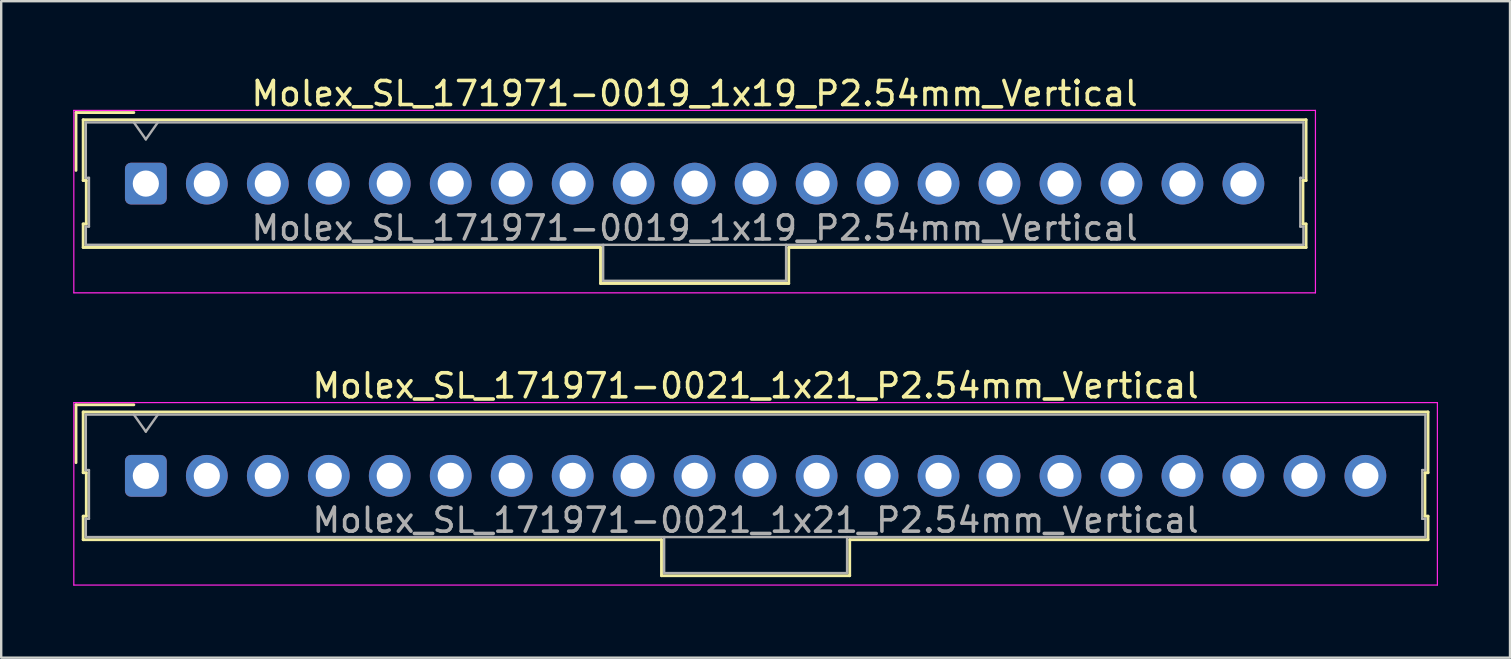
<source format=kicad_pcb>
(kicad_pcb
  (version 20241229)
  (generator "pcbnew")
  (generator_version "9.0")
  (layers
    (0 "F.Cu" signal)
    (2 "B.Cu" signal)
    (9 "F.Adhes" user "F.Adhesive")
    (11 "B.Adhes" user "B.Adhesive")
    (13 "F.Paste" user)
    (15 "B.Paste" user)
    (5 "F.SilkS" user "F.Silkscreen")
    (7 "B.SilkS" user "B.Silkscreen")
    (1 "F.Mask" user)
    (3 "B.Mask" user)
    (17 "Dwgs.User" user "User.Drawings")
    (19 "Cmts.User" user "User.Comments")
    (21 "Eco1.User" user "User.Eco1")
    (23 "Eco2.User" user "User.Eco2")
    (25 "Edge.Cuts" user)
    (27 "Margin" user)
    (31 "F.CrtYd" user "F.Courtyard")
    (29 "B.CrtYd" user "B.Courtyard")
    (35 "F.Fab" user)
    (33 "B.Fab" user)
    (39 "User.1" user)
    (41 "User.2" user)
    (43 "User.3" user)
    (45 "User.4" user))
  (footprint "Molex_SL_171971-0021_1x21_P2.54mm_Vertical"
    (layer "F.Cu")
    (at 3.025 16.771)
    (property "Reference" "Molex_SL_171971-0021_1x21_P2.54mm_Vertical" (at 25.4 -3.75 0) (layer "F.SilkS") (effects (font (size 1 1) (thickness 0.15))))
    (attr through_hole)
    (fp_line (start -2.91 -2.96) (end -0.5 -2.96) (stroke (width 0.12) (type solid)) (layer "F.SilkS"))
    (fp_line (start -2.91 -0.55) (end -2.91 -2.96) (stroke (width 0.12) (type solid)) (layer "F.SilkS"))
    (fp_line (start -2.61 -2.66) (end -2.61 -0.13) (stroke (width 0.12) (type solid)) (layer "F.SilkS"))
    (fp_line (start -2.61 -0.13) (end -2.48 -0.13) (stroke (width 0.12) (type solid)) (layer "F.SilkS"))
    (fp_line (start -2.61 1.68) (end -2.61 2.66) (stroke (width 0.12) (type solid)) (layer "F.SilkS"))
    (fp_line (start -2.61 2.66) (end 21.48 2.66) (stroke (width 0.12) (type solid)) (layer "F.SilkS"))
    (fp_line (start -2.48 -0.13) (end -2.48 1.68) (stroke (width 0.12) (type solid)) (layer "F.SilkS"))
    (fp_line (start -2.48 1.68) (end -2.61 1.68) (stroke (width 0.12) (type solid)) (layer "F.SilkS"))
    (fp_line (start 21.48 2.66) (end 21.48 4.16) (stroke (width 0.12) (type solid)) (layer "F.SilkS"))
    (fp_line (start 21.48 4.16) (end 29.32 4.16) (stroke (width 0.12) (type solid)) (layer "F.SilkS"))
    (fp_line (start 29.32 2.66) (end 53.41 2.66) (stroke (width 0.12) (type solid)) (layer "F.SilkS"))
    (fp_line (start 29.32 4.16) (end 29.32 2.66) (stroke (width 0.12) (type solid)) (layer "F.SilkS"))
    (fp_line (start 53.28 -0.13) (end 53.41 -0.13) (stroke (width 0.12) (type solid)) (layer "F.SilkS"))
    (fp_line (start 53.28 1.68) (end 53.28 -0.13) (stroke (width 0.12) (type solid)) (layer "F.SilkS"))
    (fp_line (start 53.41 -2.66) (end -2.61 -2.66) (stroke (width 0.12) (type solid)) (layer "F.SilkS"))
    (fp_line (start 53.41 -0.13) (end 53.41 -2.66) (stroke (width 0.12) (type solid)) (layer "F.SilkS"))
    (fp_line (start 53.41 1.68) (end 53.28 1.68) (stroke (width 0.12) (type solid)) (layer "F.SilkS"))
    (fp_line (start 53.41 2.66) (end 53.41 1.68) (stroke (width 0.12) (type solid)) (layer "F.SilkS"))
    (fp_line (start -3 -3.05) (end -3 4.55) (stroke (width 0.05) (type solid)) (layer "F.CrtYd"))
    (fp_line (start -3 4.55) (end 53.8 4.55) (stroke (width 0.05) (type solid)) (layer "F.CrtYd"))
    (fp_line (start 53.8 -3.05) (end -3 -3.05) (stroke (width 0.05) (type solid)) (layer "F.CrtYd"))
    (fp_line (start 53.8 4.55) (end 53.8 -3.05) (stroke (width 0.05) (type solid)) (layer "F.CrtYd"))
    (fp_line (start -2.5 -2.55) (end -2.5 -0.24) (stroke (width 0.1) (type solid)) (layer "F.Fab"))
    (fp_line (start -2.5 -0.24) (end -2.37 -0.24) (stroke (width 0.1) (type solid)) (layer "F.Fab"))
    (fp_line (start -2.5 1.79) (end -2.5 2.55) (stroke (width 0.1) (type solid)) (layer "F.Fab"))
    (fp_line (start -2.5 2.55) (end 53.3 2.55) (stroke (width 0.1) (type solid)) (layer "F.Fab"))
    (fp_line (start -2.37 -0.24) (end -2.37 1.79) (stroke (width 0.1) (type solid)) (layer "F.Fab"))
    (fp_line (start -2.37 1.79) (end -2.5 1.79) (stroke (width 0.1) (type solid)) (layer "F.Fab"))
    (fp_line (start 0 -1.843) (end -0.5 -2.55) (stroke (width 0.1) (type solid)) (layer "F.Fab"))
    (fp_line (start 0.5 -2.55) (end 0 -1.843) (stroke (width 0.1) (type solid)) (layer "F.Fab"))
    (fp_line (start 21.59 2.55) (end 21.59 4.05) (stroke (width 0.1) (type solid)) (layer "F.Fab"))
    (fp_line (start 21.59 4.05) (end 29.21 4.05) (stroke (width 0.1) (type solid)) (layer "F.Fab"))
    (fp_line (start 29.21 4.05) (end 29.21 2.55) (stroke (width 0.1) (type solid)) (layer "F.Fab"))
    (fp_line (start 53.17 -0.24) (end 53.3 -0.24) (stroke (width 0.1) (type solid)) (layer "F.Fab"))
    (fp_line (start 53.17 1.79) (end 53.17 -0.24) (stroke (width 0.1) (type solid)) (layer "F.Fab"))
    (fp_line (start 53.3 -2.55) (end -2.5 -2.55) (stroke (width 0.1) (type solid)) (layer "F.Fab"))
    (fp_line (start 53.3 -0.24) (end 53.3 -2.55) (stroke (width 0.1) (type solid)) (layer "F.Fab"))
    (fp_line (start 53.3 1.79) (end 53.17 1.79) (stroke (width 0.1) (type solid)) (layer "F.Fab"))
    (fp_line (start 53.3 2.55) (end 53.3 1.79) (stroke (width 0.1) (type solid)) (layer "F.Fab"))
    (fp_text user "${REFERENCE}" (at 25.4 1.85 0) (layer "F.Fab") (effects (font (size 1 1) (thickness 0.15))))
    (pad "1" thru_hole roundrect (at 0 0) (size 1.74 1.74) (drill 1.09) (layers "*.Cu" "*.Mask") (roundrect_rratio 0.144))
    (pad "2" thru_hole circle (at 2.54 0) (size 1.74 1.74) (drill 1.09) (layers "*.Cu" "*.Mask"))
    (pad "3" thru_hole circle (at 5.08 0) (size 1.74 1.74) (drill 1.09) (layers "*.Cu" "*.Mask"))
    (pad "4" thru_hole circle (at 7.62 0) (size 1.74 1.74) (drill 1.09) (layers "*.Cu" "*.Mask"))
    (pad "5" thru_hole circle (at 10.16 0) (size 1.74 1.74) (drill 1.09) (layers "*.Cu" "*.Mask"))
    (pad "6" thru_hole circle (at 12.7 0) (size 1.74 1.74) (drill 1.09) (layers "*.Cu" "*.Mask"))
    (pad "7" thru_hole circle (at 15.24 0) (size 1.74 1.74) (drill 1.09) (layers "*.Cu" "*.Mask"))
    (pad "8" thru_hole circle (at 17.78 0) (size 1.74 1.74) (drill 1.09) (layers "*.Cu" "*.Mask"))
    (pad "9" thru_hole circle (at 20.32 0) (size 1.74 1.74) (drill 1.09) (layers "*.Cu" "*.Mask"))
    (pad "10" thru_hole circle (at 22.86 0) (size 1.74 1.74) (drill 1.09) (layers "*.Cu" "*.Mask"))
    (pad "11" thru_hole circle (at 25.4 0) (size 1.74 1.74) (drill 1.09) (layers "*.Cu" "*.Mask"))
    (pad "12" thru_hole circle (at 27.94 0) (size 1.74 1.74) (drill 1.09) (layers "*.Cu" "*.Mask"))
    (pad "13" thru_hole circle (at 30.48 0) (size 1.74 1.74) (drill 1.09) (layers "*.Cu" "*.Mask"))
    (pad "14" thru_hole circle (at 33.02 0) (size 1.74 1.74) (drill 1.09) (layers "*.Cu" "*.Mask"))
    (pad "15" thru_hole circle (at 35.56 0) (size 1.74 1.74) (drill 1.09) (layers "*.Cu" "*.Mask"))
    (pad "16" thru_hole circle (at 38.1 0) (size 1.74 1.74) (drill 1.09) (layers "*.Cu" "*.Mask"))
    (pad "17" thru_hole circle (at 40.64 0) (size 1.74 1.74) (drill 1.09) (layers "*.Cu" "*.Mask"))
    (pad "18" thru_hole circle (at 43.18 0) (size 1.74 1.74) (drill 1.09) (layers "*.Cu" "*.Mask"))
    (pad "19" thru_hole circle (at 45.72 0) (size 1.74 1.74) (drill 1.09) (layers "*.Cu" "*.Mask"))
    (pad "20" thru_hole circle (at 48.26 0) (size 1.74 1.74) (drill 1.09) (layers "*.Cu" "*.Mask"))
    (pad "21" thru_hole circle (at 50.8 0) (size 1.74 1.74) (drill 1.09) (layers "*.Cu" "*.Mask")))
  (footprint "Molex_SL_171971-0019_1x19_P2.54mm_Vertical"
    (layer "F.Cu")
    (at 3.025 4.598)
    (property "Reference" "Molex_SL_171971-0019_1x19_P2.54mm_Vertical" (at 22.86 -3.75 0) (layer "F.SilkS") (effects (font (size 1 1) (thickness 0.15))))
    (attr through_hole)
    (fp_line (start -2.91 -2.96) (end -0.5 -2.96) (stroke (width 0.12) (type solid)) (layer "F.SilkS"))
    (fp_line (start -2.91 -0.55) (end -2.91 -2.96) (stroke (width 0.12) (type solid)) (layer "F.SilkS"))
    (fp_line (start -2.61 -2.66) (end -2.61 -0.13) (stroke (width 0.12) (type solid)) (layer "F.SilkS"))
    (fp_line (start -2.61 -0.13) (end -2.48 -0.13) (stroke (width 0.12) (type solid)) (layer "F.SilkS"))
    (fp_line (start -2.61 1.68) (end -2.61 2.66) (stroke (width 0.12) (type solid)) (layer "F.SilkS"))
    (fp_line (start -2.61 2.66) (end 18.94 2.66) (stroke (width 0.12) (type solid)) (layer "F.SilkS"))
    (fp_line (start -2.48 -0.13) (end -2.48 1.68) (stroke (width 0.12) (type solid)) (layer "F.SilkS"))
    (fp_line (start -2.48 1.68) (end -2.61 1.68) (stroke (width 0.12) (type solid)) (layer "F.SilkS"))
    (fp_line (start 18.94 2.66) (end 18.94 4.16) (stroke (width 0.12) (type solid)) (layer "F.SilkS"))
    (fp_line (start 18.94 4.16) (end 26.78 4.16) (stroke (width 0.12) (type solid)) (layer "F.SilkS"))
    (fp_line (start 26.78 2.66) (end 48.33 2.66) (stroke (width 0.12) (type solid)) (layer "F.SilkS"))
    (fp_line (start 26.78 4.16) (end 26.78 2.66) (stroke (width 0.12) (type solid)) (layer "F.SilkS"))
    (fp_line (start 48.2 -0.13) (end 48.33 -0.13) (stroke (width 0.12) (type solid)) (layer "F.SilkS"))
    (fp_line (start 48.2 1.68) (end 48.2 -0.13) (stroke (width 0.12) (type solid)) (layer "F.SilkS"))
    (fp_line (start 48.33 -2.66) (end -2.61 -2.66) (stroke (width 0.12) (type solid)) (layer "F.SilkS"))
    (fp_line (start 48.33 -0.13) (end 48.33 -2.66) (stroke (width 0.12) (type solid)) (layer "F.SilkS"))
    (fp_line (start 48.33 1.68) (end 48.2 1.68) (stroke (width 0.12) (type solid)) (layer "F.SilkS"))
    (fp_line (start 48.33 2.66) (end 48.33 1.68) (stroke (width 0.12) (type solid)) (layer "F.SilkS"))
    (fp_line (start -3 -3.05) (end -3 4.55) (stroke (width 0.05) (type solid)) (layer "F.CrtYd"))
    (fp_line (start -3 4.55) (end 48.72 4.55) (stroke (width 0.05) (type solid)) (layer "F.CrtYd"))
    (fp_line (start 48.72 -3.05) (end -3 -3.05) (stroke (width 0.05) (type solid)) (layer "F.CrtYd"))
    (fp_line (start 48.72 4.55) (end 48.72 -3.05) (stroke (width 0.05) (type solid)) (layer "F.CrtYd"))
    (fp_line (start -2.5 -2.55) (end -2.5 -0.24) (stroke (width 0.1) (type solid)) (layer "F.Fab"))
    (fp_line (start -2.5 -0.24) (end -2.37 -0.24) (stroke (width 0.1) (type solid)) (layer "F.Fab"))
    (fp_line (start -2.5 1.79) (end -2.5 2.55) (stroke (width 0.1) (type solid)) (layer "F.Fab"))
    (fp_line (start -2.5 2.55) (end 48.22 2.55) (stroke (width 0.1) (type solid)) (layer "F.Fab"))
    (fp_line (start -2.37 -0.24) (end -2.37 1.79) (stroke (width 0.1) (type solid)) (layer "F.Fab"))
    (fp_line (start -2.37 1.79) (end -2.5 1.79) (stroke (width 0.1) (type solid)) (layer "F.Fab"))
    (fp_line (start 0 -1.843) (end -0.5 -2.55) (stroke (width 0.1) (type solid)) (layer "F.Fab"))
    (fp_line (start 0.5 -2.55) (end 0 -1.843) (stroke (width 0.1) (type solid)) (layer "F.Fab"))
    (fp_line (start 19.05 2.55) (end 19.05 4.05) (stroke (width 0.1) (type solid)) (layer "F.Fab"))
    (fp_line (start 19.05 4.05) (end 26.67 4.05) (stroke (width 0.1) (type solid)) (layer "F.Fab"))
    (fp_line (start 26.67 4.05) (end 26.67 2.55) (stroke (width 0.1) (type solid)) (layer "F.Fab"))
    (fp_line (start 48.09 -0.24) (end 48.22 -0.24) (stroke (width 0.1) (type solid)) (layer "F.Fab"))
    (fp_line (start 48.09 1.79) (end 48.09 -0.24) (stroke (width 0.1) (type solid)) (layer "F.Fab"))
    (fp_line (start 48.22 -2.55) (end -2.5 -2.55) (stroke (width 0.1) (type solid)) (layer "F.Fab"))
    (fp_line (start 48.22 -0.24) (end 48.22 -2.55) (stroke (width 0.1) (type solid)) (layer "F.Fab"))
    (fp_line (start 48.22 1.79) (end 48.09 1.79) (stroke (width 0.1) (type solid)) (layer "F.Fab"))
    (fp_line (start 48.22 2.55) (end 48.22 1.79) (stroke (width 0.1) (type solid)) (layer "F.Fab"))
    (fp_text user "${REFERENCE}" (at 22.86 1.85 0) (layer "F.Fab") (effects (font (size 1 1) (thickness 0.15))))
    (pad "1" thru_hole roundrect (at 0 0) (size 1.74 1.74) (drill 1.09) (layers "*.Cu" "*.Mask") (roundrect_rratio 0.144))
    (pad "2" thru_hole circle (at 2.54 0) (size 1.74 1.74) (drill 1.09) (layers "*.Cu" "*.Mask"))
    (pad "3" thru_hole circle (at 5.08 0) (size 1.74 1.74) (drill 1.09) (layers "*.Cu" "*.Mask"))
    (pad "4" thru_hole circle (at 7.62 0) (size 1.74 1.74) (drill 1.09) (layers "*.Cu" "*.Mask"))
    (pad "5" thru_hole circle (at 10.16 0) (size 1.74 1.74) (drill 1.09) (layers "*.Cu" "*.Mask"))
    (pad "6" thru_hole circle (at 12.7 0) (size 1.74 1.74) (drill 1.09) (layers "*.Cu" "*.Mask"))
    (pad "7" thru_hole circle (at 15.24 0) (size 1.74 1.74) (drill 1.09) (layers "*.Cu" "*.Mask"))
    (pad "8" thru_hole circle (at 17.78 0) (size 1.74 1.74) (drill 1.09) (layers "*.Cu" "*.Mask"))
    (pad "9" thru_hole circle (at 20.32 0) (size 1.74 1.74) (drill 1.09) (layers "*.Cu" "*.Mask"))
    (pad "10" thru_hole circle (at 22.86 0) (size 1.74 1.74) (drill 1.09) (layers "*.Cu" "*.Mask"))
    (pad "11" thru_hole circle (at 25.4 0) (size 1.74 1.74) (drill 1.09) (layers "*.Cu" "*.Mask"))
    (pad "12" thru_hole circle (at 27.94 0) (size 1.74 1.74) (drill 1.09) (layers "*.Cu" "*.Mask"))
    (pad "13" thru_hole circle (at 30.48 0) (size 1.74 1.74) (drill 1.09) (layers "*.Cu" "*.Mask"))
    (pad "14" thru_hole circle (at 33.02 0) (size 1.74 1.74) (drill 1.09) (layers "*.Cu" "*.Mask"))
    (pad "15" thru_hole circle (at 35.56 0) (size 1.74 1.74) (drill 1.09) (layers "*.Cu" "*.Mask"))
    (pad "16" thru_hole circle (at 38.1 0) (size 1.74 1.74) (drill 1.09) (layers "*.Cu" "*.Mask"))
    (pad "17" thru_hole circle (at 40.64 0) (size 1.74 1.74) (drill 1.09) (layers "*.Cu" "*.Mask"))
    (pad "18" thru_hole circle (at 43.18 0) (size 1.74 1.74) (drill 1.09) (layers "*.Cu" "*.Mask"))
    (pad "19" thru_hole circle (at 45.72 0) (size 1.74 1.74) (drill 1.09) (layers "*.Cu" "*.Mask")))
  (gr_rect
    (start -3 -3)
    (end 59.85 24.346)
    (stroke (width 0.1) (type default))
    (fill no)
    (layer "Edge.Cuts")))
</source>
